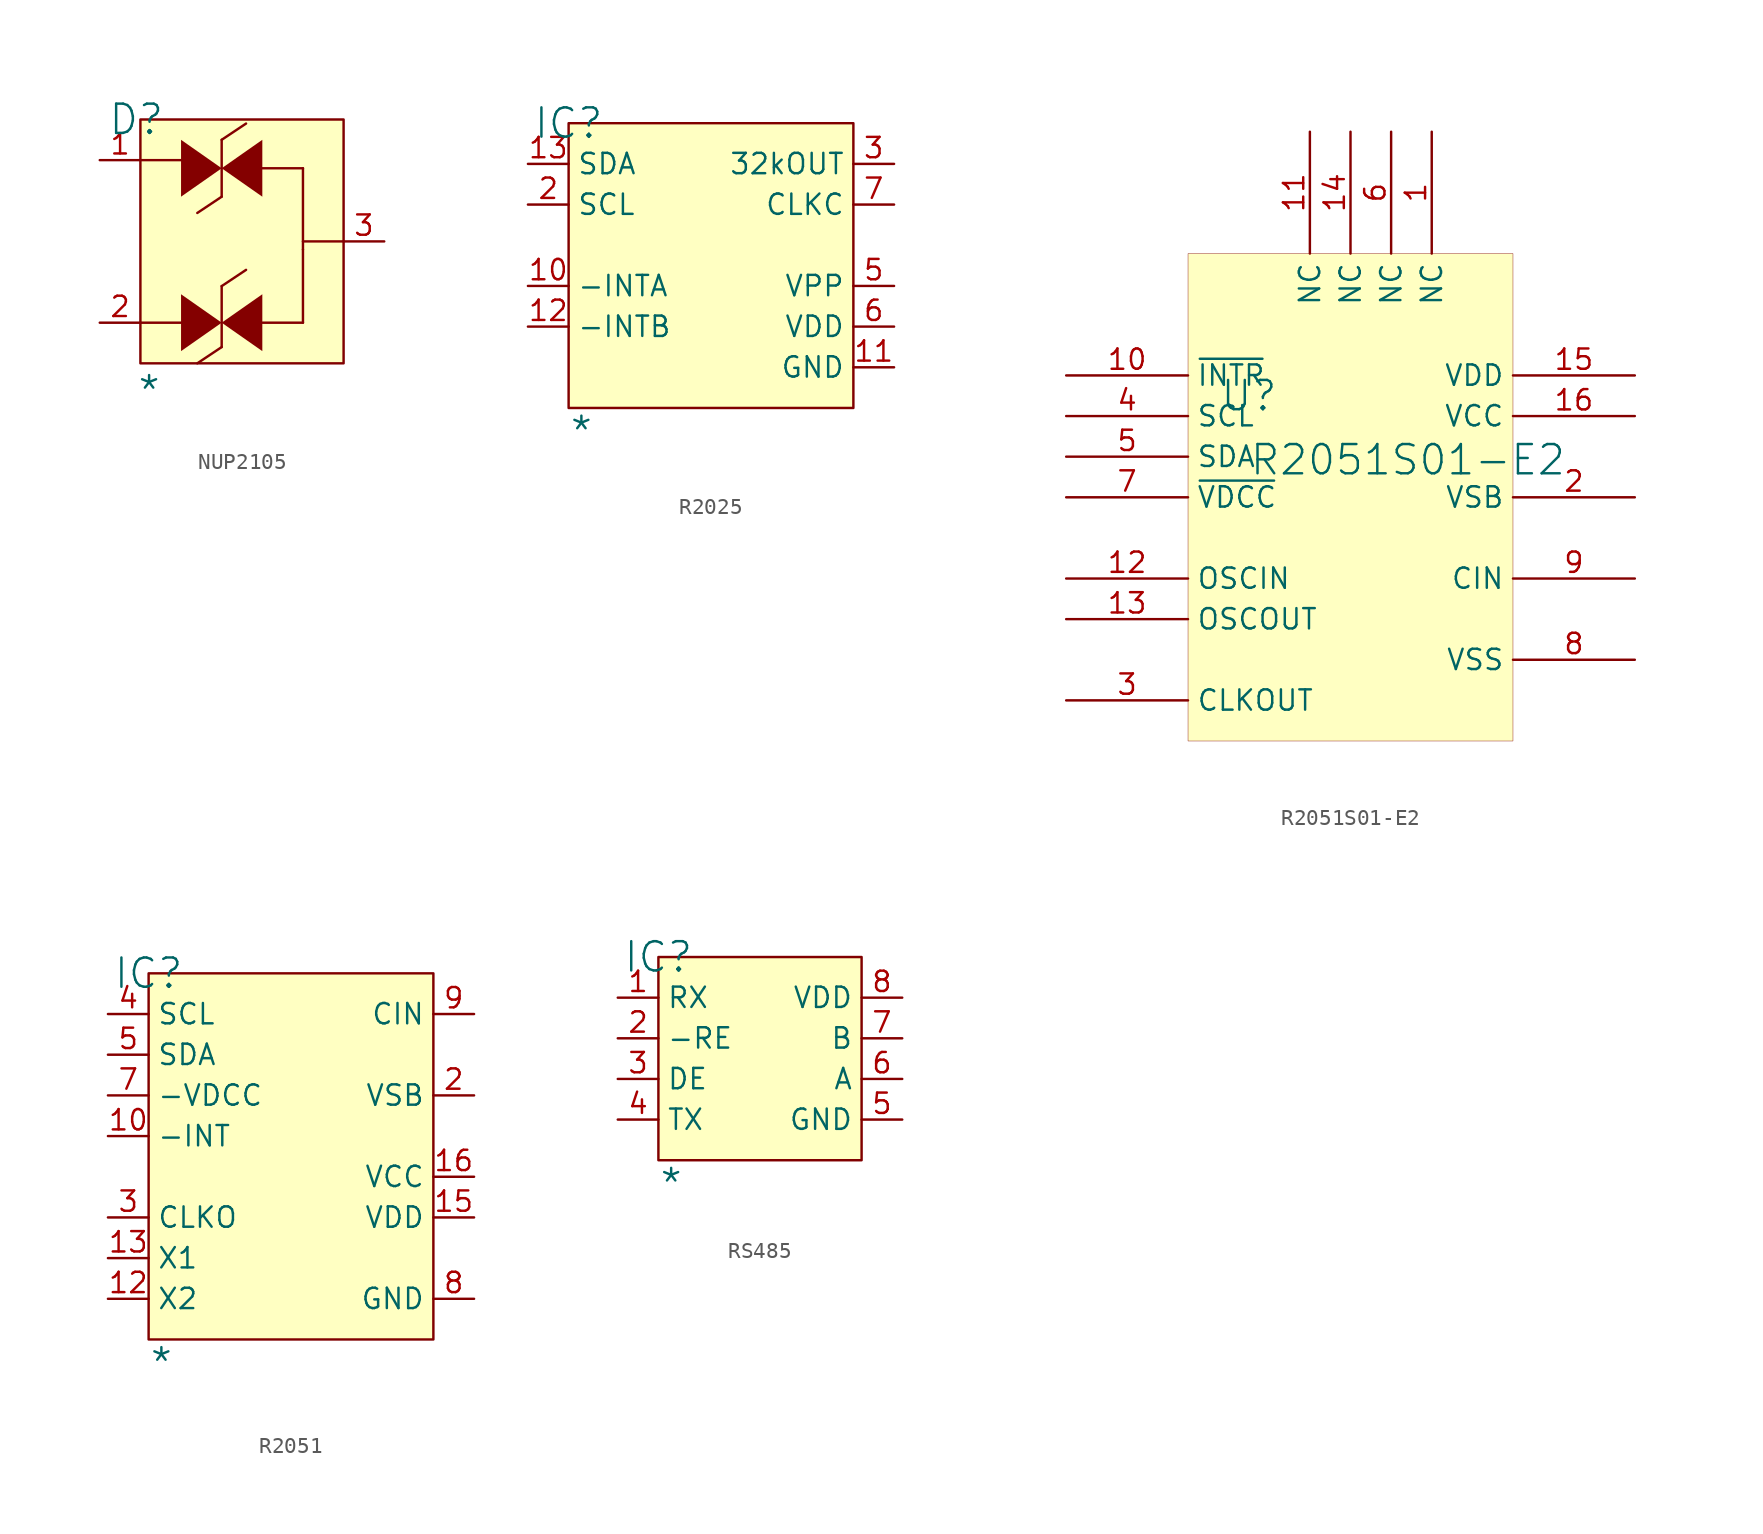
<source format=kicad_sym>
(kicad_symbol_lib
  (version 20241209)
  (generator "kicad_symbol_editor")
  (generator_version "9.0")
  (symbol "NUP2105"
    (pin_names
      (hide yes))
    (property "Reference" "D"
      (at -0.254 0 0)
      (effects (font (size 1.829 1.829))))
    (property "Value" "*"
      (at -0.254 -18.034 0)
      (effects (font (size 1.829 1.829)) (justify left bottom)))
    (symbol "NUP2105_1_0"
      (polyline (pts (xy 0 -12.7) (xy 2.54 -12.7)) (stroke (width 0) (type solid)) (fill (type none)))
      (polyline (pts (xy 2.54 -2.54) (xy 0 -2.54)) (stroke (width 0) (type solid)) (fill (type none)))
      (polyline (pts (xy 3.556 -5.842) (xy 5.08 -4.826)) (stroke (width 0) (type solid)) (fill (type none)))
      (polyline (pts (xy 3.556 -15.24) (xy 5.08 -14.224)) (stroke (width 0) (type solid)) (fill (type none)))
      (polyline (pts (xy 5.08 -1.27) (xy 5.08 -4.826)) (stroke (width 0) (type solid)) (fill (type none)))
      (polyline (pts (xy 5.08 -1.27) (xy 6.604 -0.254)) (stroke (width 0) (type solid)) (fill (type none)))
      (polyline (pts (xy 5.08 -3.048) (xy 5.08 -3.048) (xy 2.54 -4.826) (xy 2.54 -1.27) (xy 5.08 -3.048) (xy 5.08 -3.048)) (stroke (width -0.0001) (type solid)) (fill (type outline)))
      (polyline (pts (xy 5.08 -3.048) (xy 5.08 -3.048) (xy 7.62 -1.27) (xy 7.62 -4.826) (xy 5.08 -3.048) (xy 5.08 -3.048)) (stroke (width -0.0001) (type solid)) (fill (type outline)))
      (polyline (pts (xy 5.08 -10.414) (xy 5.08 -14.224)) (stroke (width 0) (type solid)) (fill (type none)))
      (polyline (pts (xy 5.08 -10.414) (xy 6.604 -9.398)) (stroke (width 0) (type solid)) (fill (type none)))
      (polyline (pts (xy 5.08 -12.7) (xy 5.08 -12.7) (xy 2.54 -14.478) (xy 2.54 -10.922) (xy 5.08 -12.7) (xy 5.08 -12.7)) (stroke (width -0.0001) (type solid)) (fill (type outline)))
      (polyline (pts (xy 5.08 -12.7) (xy 5.08 -12.7) (xy 7.62 -10.922) (xy 7.62 -14.478) (xy 5.08 -12.7) (xy 5.08 -12.7)) (stroke (width -0.0001) (type solid)) (fill (type outline)))
      (polyline (pts (xy 10.16 -3.048) (xy 7.62 -3.048)) (stroke (width 0) (type solid)) (fill (type none)))
      (polyline (pts (xy 10.16 -3.048) (xy 10.16 -8.128)) (stroke (width 0) (type solid)) (fill (type none)))
      (polyline (pts (xy 10.16 -8.128) (xy 10.16 -12.7)) (stroke (width 0) (type solid)) (fill (type none)))
      (polyline (pts (xy 10.16 -12.7) (xy 7.62 -12.7)) (stroke (width 0) (type solid)) (fill (type none)))
      (rectangle (start 12.7 0) (end 0 -15.24) (stroke (width 0) (type solid) (color 128 0 0 1)) (fill (type background)))
      (polyline (pts (xy 12.7 -7.62) (xy 10.16 -7.62)) (stroke (width 0) (type solid)) (fill (type none)))
      (pin passive line (at -2.54 -2.54 0) (length 2.54) (name "1" (effects (font (size 1.27 1.27)))) (number "1" (effects (font (size 1.27 1.27)))))
      (pin passive line (at -2.54 -12.7 0) (length 2.54) (name "2" (effects (font (size 1.27 1.27)))) (number "2" (effects (font (size 1.27 1.27)))))
      (pin passive line (at 15.24 -7.62 180) (length 2.54) (name "3" (effects (font (size 1.27 1.27)))) (number "3" (effects (font (size 1.27 1.27)))))))
  (symbol "R2025"
    (property "Reference" "IC"
      (at 0 0 0)
      (effects (font (size 1.829 1.829))))
    (property "Value" "*"
      (at 0 -20.32 0)
      (effects (font (size 1.829 1.829)) (justify left bottom)))
    (symbol "R2025_1_0"
      (rectangle (start 17.78 0) (end 0 -17.78) (stroke (width 0) (type solid) (color 128 0 0 1)) (fill (type background)))
      (pin passive line (at -2.54 -2.54 0) (length 2.54) (name "SDA" (effects (font (size 1.27 1.27)))) (number "13" (effects (font (size 1.27 1.27)))))
      (pin passive line (at -2.54 -5.08 0) (length 2.54) (name "SCL" (effects (font (size 1.27 1.27)))) (number "2" (effects (font (size 1.27 1.27)))))
      (pin passive line (at -2.54 -10.16 0) (length 2.54) (name "-INTA" (effects (font (size 1.27 1.27)))) (number "10" (effects (font (size 1.27 1.27)))))
      (pin passive line (at -2.54 -12.7 0) (length 2.54) (name "-INTB" (effects (font (size 1.27 1.27)))) (number "12" (effects (font (size 1.27 1.27)))))
      (pin passive line (at 20.32 -2.54 180) (length 2.54) (name "32kOUT" (effects (font (size 1.27 1.27)))) (number "3" (effects (font (size 1.27 1.27)))))
      (pin passive line (at 20.32 -5.08 180) (length 2.54) (name "CLKC" (effects (font (size 1.27 1.27)))) (number "7" (effects (font (size 1.27 1.27)))))
      (pin passive line (at 20.32 -10.16 180) (length 2.54) (name "VPP" (effects (font (size 1.27 1.27)))) (number "5" (effects (font (size 1.27 1.27)))))
      (pin passive line (at 20.32 -12.7 180) (length 2.54) (name "VDD" (effects (font (size 1.27 1.27)))) (number "6" (effects (font (size 1.27 1.27)))))
      (pin passive line (at 20.32 -15.24 180) (length 2.54) (name "GND" (effects (font (size 1.27 1.27)))) (number "11" (effects (font (size 1.27 1.27)))))))
  (symbol "R2051S01-E2"
    (property "Reference" "U"
      (at -1.27 1.27 0)
      (effects (font (size 1.829 1.829))))
    (property "Value" "R2051S01-E2"
      (at -1.27 -3.81 0)
      (effects (font (size 1.829 1.829)) (justify left bottom)))
    (symbol "R2051S01-E2_1_0"
      (rectangle (start 15.24 10.16) (end -5.08 -20.32) (stroke (width 0.025) (type solid) (color 128 0 0 1)) (fill (type background)))
      (pin output line (at -12.7 2.54 0) (length 7.62) (name "~{INTR}" (effects (font (size 1.27 1.27)))) (number "10" (effects (font (size 1.27 1.27)))))
      (pin bidirectional line (at -12.7 0 0) (length 7.62) (name "SCL" (effects (font (size 1.27 1.27)))) (number "4" (effects (font (size 1.27 1.27)))))
      (pin bidirectional line (at -12.7 -2.54 0) (length 7.62) (name "SDA" (effects (font (size 1.27 1.27)))) (number "5" (effects (font (size 1.27 1.27)))))
      (pin output line (at -12.7 -5.08 0) (length 7.62) (name "~{VDCC}" (effects (font (size 1.27 1.27)))) (number "7" (effects (font (size 1.27 1.27)))))
      (pin passive line (at -12.7 -10.16 0) (length 7.62) (name "OSCIN" (effects (font (size 1.27 1.27)))) (number "12" (effects (font (size 1.27 1.27)))))
      (pin passive line (at -12.7 -12.7 0) (length 7.62) (name "OSCOUT" (effects (font (size 1.27 1.27)))) (number "13" (effects (font (size 1.27 1.27)))))
      (pin output line (at -12.7 -17.78 0) (length 7.62) (name "CLKOUT" (effects (font (size 1.27 1.27)))) (number "3" (effects (font (size 1.27 1.27)))))
      (pin output line (at 2.54 17.78 270) (length 7.62) (name "NC" (effects (font (size 1.27 1.27)))) (number "11" (effects (font (size 1.27 1.27)))))
      (pin passive line (at 5.08 17.78 270) (length 7.62) (name "NC" (effects (font (size 1.27 1.27)))) (number "14" (effects (font (size 1.27 1.27)))))
      (pin passive line (at 7.62 17.78 270) (length 7.62) (name "NC" (effects (font (size 1.27 1.27)))) (number "6" (effects (font (size 1.27 1.27)))))
      (pin passive line (at 10.16 17.78 270) (length 7.62) (name "NC" (effects (font (size 1.27 1.27)))) (number "1" (effects (font (size 1.27 1.27)))))
      (pin power_in line (at 22.86 2.54 180) (length 7.62) (name "VDD" (effects (font (size 1.27 1.27)))) (number "15" (effects (font (size 1.27 1.27)))))
      (pin power_in line (at 22.86 0 180) (length 7.62) (name "VCC" (effects (font (size 1.27 1.27)))) (number "16" (effects (font (size 1.27 1.27)))))
      (pin power_in line (at 22.86 -5.08 180) (length 7.62) (name "VSB" (effects (font (size 1.27 1.27)))) (number "2" (effects (font (size 1.27 1.27)))))
      (pin output line (at 22.86 -10.16 180) (length 7.62) (name "CIN" (effects (font (size 1.27 1.27)))) (number "9" (effects (font (size 1.27 1.27)))))
      (pin power_in line (at 22.86 -15.24 180) (length 7.62) (name "VSS" (effects (font (size 1.27 1.27)))) (number "8" (effects (font (size 1.27 1.27)))))))
  (symbol "R2051"
    (property "Reference" "IC"
      (at 0 0 0)
      (effects (font (size 1.829 1.829))))
    (property "Value" "*"
      (at 0 -25.4 0)
      (effects (font (size 1.829 1.829)) (justify left bottom)))
    (symbol "R2051_1_0"
      (rectangle (start 17.78 0) (end 0 -22.86) (stroke (width 0) (type solid) (color 128 0 0 1)) (fill (type background)))
      (pin passive line (at -2.54 -2.54 0) (length 2.54) (name "SCL" (effects (font (size 1.27 1.27)))) (number "4" (effects (font (size 1.27 1.27)))))
      (pin passive line (at -2.54 -5.08 0) (length 2.54) (name "SDA" (effects (font (size 1.27 1.27)))) (number "5" (effects (font (size 1.27 1.27)))))
      (pin passive line (at -2.54 -7.62 0) (length 2.54) (name "-VDCC" (effects (font (size 1.27 1.27)))) (number "7" (effects (font (size 1.27 1.27)))))
      (pin passive line (at -2.54 -10.16 0) (length 2.54) (name "-INT" (effects (font (size 1.27 1.27)))) (number "10" (effects (font (size 1.27 1.27)))))
      (pin passive line (at -2.54 -15.24 0) (length 2.54) (name "CLKO" (effects (font (size 1.27 1.27)))) (number "3" (effects (font (size 1.27 1.27)))))
      (pin passive line (at -2.54 -17.78 0) (length 2.54) (name "X1" (effects (font (size 1.27 1.27)))) (number "13" (effects (font (size 1.27 1.27)))))
      (pin passive line (at -2.54 -20.32 0) (length 2.54) (name "X2" (effects (font (size 1.27 1.27)))) (number "12" (effects (font (size 1.27 1.27)))))
      (pin passive line (at 20.32 -2.54 180) (length 2.54) (name "CIN" (effects (font (size 1.27 1.27)))) (number "9" (effects (font (size 1.27 1.27)))))
      (pin passive line (at 20.32 -7.62 180) (length 2.54) (name "VSB" (effects (font (size 1.27 1.27)))) (number "2" (effects (font (size 1.27 1.27)))))
      (pin passive line (at 20.32 -12.7 180) (length 2.54) (name "VCC" (effects (font (size 1.27 1.27)))) (number "16" (effects (font (size 1.27 1.27)))))
      (pin passive line (at 20.32 -15.24 180) (length 2.54) (name "VDD" (effects (font (size 1.27 1.27)))) (number "15" (effects (font (size 1.27 1.27)))))
      (pin passive line (at 20.32 -20.32 180) (length 2.54) (name "GND" (effects (font (size 1.27 1.27)))) (number "8" (effects (font (size 1.27 1.27)))))))
  (symbol "RS485"
    (property "Reference" "IC"
      (at 0 0 0)
      (effects (font (size 1.829 1.829))))
    (property "Value" "*"
      (at 0 -15.24 0)
      (effects (font (size 1.829 1.829)) (justify left bottom)))
    (symbol "RS485_1_0"
      (rectangle (start 12.7 0) (end 0 -12.7) (stroke (width 0) (type solid) (color 128 0 0 1)) (fill (type background)))
      (pin passive line (at -2.54 -2.54 0) (length 2.54) (name "RX" (effects (font (size 1.27 1.27)))) (number "1" (effects (font (size 1.27 1.27)))))
      (pin passive line (at -2.54 -5.08 0) (length 2.54) (name "-RE" (effects (font (size 1.27 1.27)))) (number "2" (effects (font (size 1.27 1.27)))))
      (pin passive line (at -2.54 -7.62 0) (length 2.54) (name "DE" (effects (font (size 1.27 1.27)))) (number "3" (effects (font (size 1.27 1.27)))))
      (pin passive line (at -2.54 -10.16 0) (length 2.54) (name "TX" (effects (font (size 1.27 1.27)))) (number "4" (effects (font (size 1.27 1.27)))))
      (pin passive line (at 15.24 -2.54 180) (length 2.54) (name "VDD" (effects (font (size 1.27 1.27)))) (number "8" (effects (font (size 1.27 1.27)))))
      (pin passive line (at 15.24 -5.08 180) (length 2.54) (name "B" (effects (font (size 1.27 1.27)))) (number "7" (effects (font (size 1.27 1.27)))))
      (pin passive line (at 15.24 -7.62 180) (length 2.54) (name "A" (effects (font (size 1.27 1.27)))) (number "6" (effects (font (size 1.27 1.27)))))
      (pin passive line (at 15.24 -10.16 180) (length 2.54) (name "GND" (effects (font (size 1.27 1.27)))) (number "5" (effects (font (size 1.27 1.27))))))))
</source>
